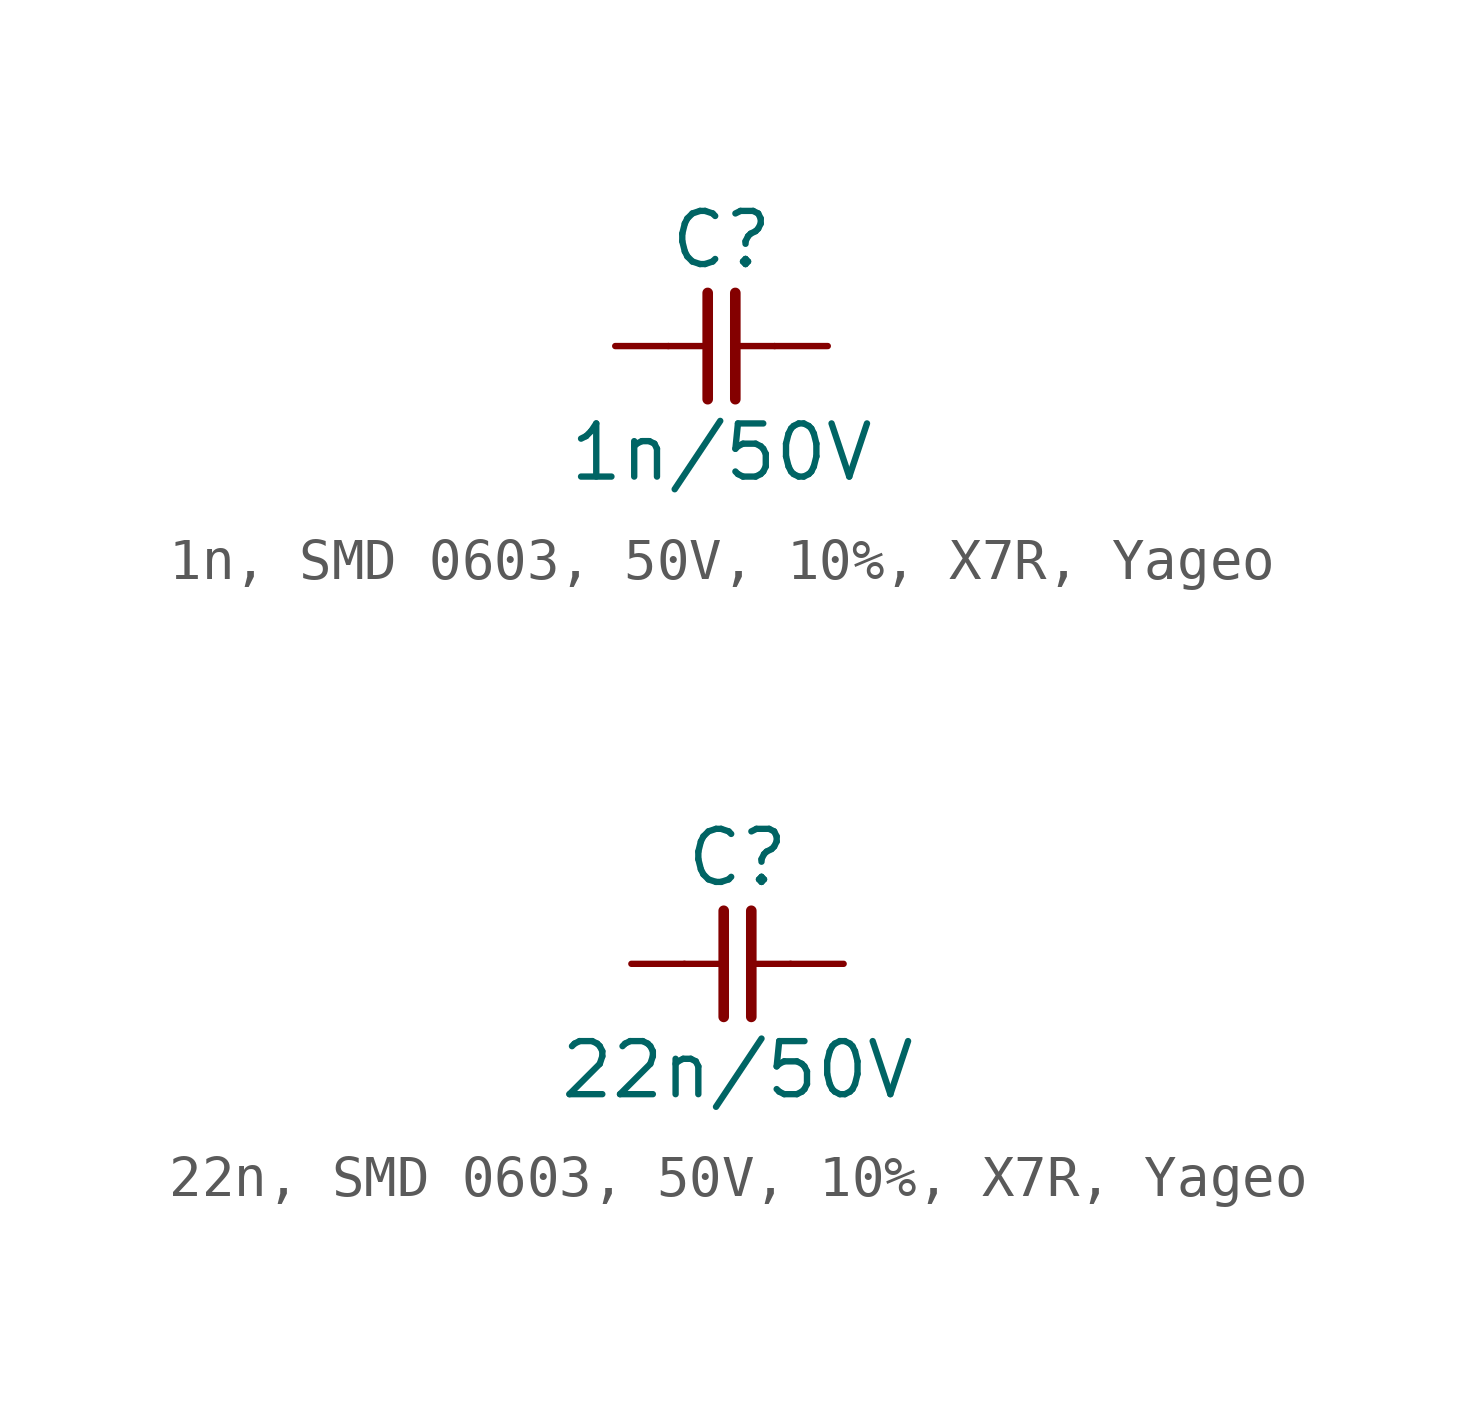
<source format=kicad_sym>
(kicad_symbol_lib
  (version 20241209)
  (generator "kicad_symbol_editor")
  (generator_version "9.0")
  (symbol "1n, SMD 0603, 50V, 10%, X7R, Yageo"
    (pin_numbers
      (hide yes))
    (pin_names
      (offset 0)
      (hide yes))
    (property "Reference" "C"
      (at 0 2.54 0)
      (effects (font (size 1.27 1.27))))
    (property "Value" "1n/50V"
      (at 0 -2.54 0)
      (effects (font (size 1.27 1.27))))
    (symbol "1n, SMD 0603, 50V, 10%, X7R, Yageo_0_1"
      (polyline (pts (xy -0.33 1.27) (xy -0.33 -1.27)) (stroke (width 0.254) (type default)) (fill (type none)))
      (polyline (pts (xy -0.318 0) (xy -1.27 0)) (stroke (width 0) (type default)) (fill (type none)))
      (polyline (pts (xy 0.33 1.27) (xy 0.33 -1.27)) (stroke (width 0.254) (type default)) (fill (type none)))
      (polyline (pts (xy 1.27 0) (xy 0.318 0)) (stroke (width 0) (type default)) (fill (type none))))
    (symbol "1n, SMD 0603, 50V, 10%, X7R, Yageo_1_1"
      (pin passive line (at -2.54 0 0) (length 1.27) (name "1" (effects (font (size 1.27 1.27)))) (number "1" (effects (font (size 1.27 1.27)))))
      (pin passive line (at 2.54 0 180) (length 1.27) (name "2" (effects (font (size 1.27 1.27)))) (number "2" (effects (font (size 1.27 1.27)))))))
  (symbol "22n, SMD 0603, 50V, 10%, X7R, Yageo"
    (pin_numbers
      (hide yes))
    (pin_names
      (offset 0)
      (hide yes))
    (property "Reference" "C"
      (at 0 2.54 0)
      (effects (font (size 1.27 1.27))))
    (property "Value" "22n/50V"
      (at 0 -2.54 0)
      (effects (font (size 1.27 1.27))))
    (symbol "22n, SMD 0603, 50V, 10%, X7R, Yageo_0_1"
      (polyline (pts (xy -0.33 1.27) (xy -0.33 -1.27)) (stroke (width 0.254) (type default)) (fill (type none)))
      (polyline (pts (xy -0.318 0) (xy -1.27 0)) (stroke (width 0) (type default)) (fill (type none)))
      (polyline (pts (xy 0.33 1.27) (xy 0.33 -1.27)) (stroke (width 0.254) (type default)) (fill (type none)))
      (polyline (pts (xy 1.27 0) (xy 0.318 0)) (stroke (width 0) (type default)) (fill (type none))))
    (symbol "22n, SMD 0603, 50V, 10%, X7R, Yageo_1_1"
      (pin passive line (at -2.54 0 0) (length 1.27) (name "1" (effects (font (size 1.27 1.27)))) (number "1" (effects (font (size 1.27 1.27)))))
      (pin passive line (at 2.54 0 180) (length 1.27) (name "2" (effects (font (size 1.27 1.27)))) (number "2" (effects (font (size 1.27 1.27))))))))
</source>
